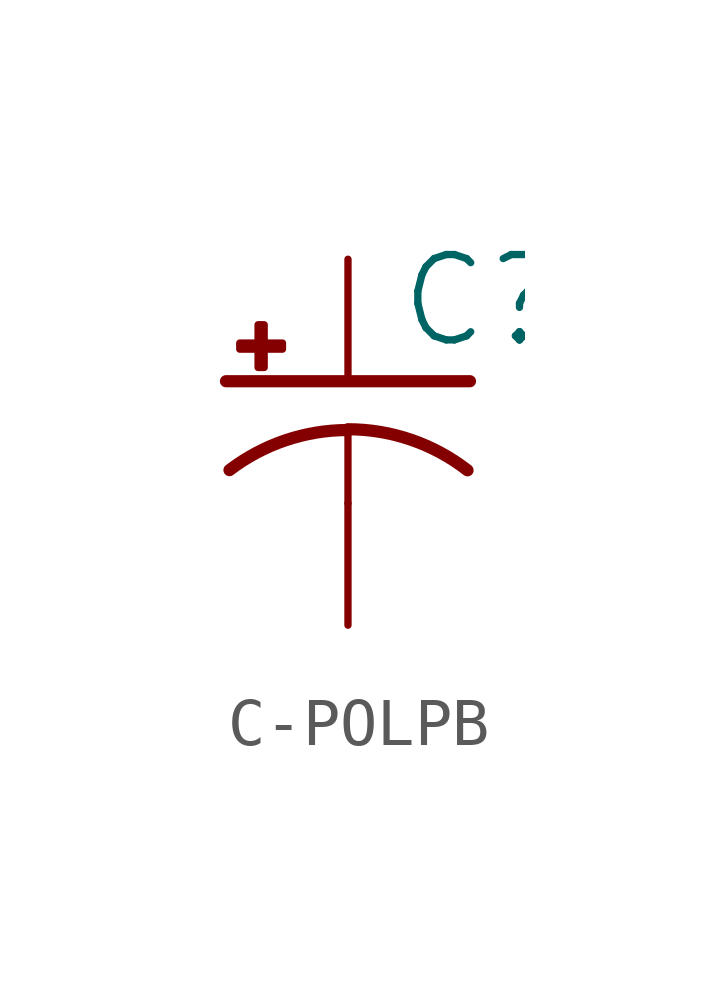
<source format=kicad_sym>
(kicad_symbol_lib
  (version 20231120)
  (generator "kicad_symbol_editor")
  (generator_version "8.0")
  (symbol "C-POLPB"
    (property "Reference" "C"
      (at 1.016 0.635 0)
      (effects (font (size 1.778 1.778)) (justify left bottom)))
    (property "Value" ""
      (at 1.016 -4.191 0)
      (effects (font (size 1.778 1.778)) (justify left bottom)))
    (property "ki_locked" ""
      (at 0 0 0)
      (effects (font (size 1.27 1.27))))
    (symbol "C-POLPB_1_0"
      (rectangle (start -2.253 0.668) (end -1.364 0.795) (stroke (width 0) (type default)) (fill (type outline)))
      (rectangle (start -1.872 0.287) (end -1.745 1.176) (stroke (width 0) (type default)) (fill (type outline)))
      (arc (start 0 -1.0161) (mid -1.3021 -1.2303) (end -2.4669 -1.8504) (stroke (width 0.254) (type solid)) (fill (type none)))
      (polyline (pts (xy -2.54 0) (xy 2.54 0)) (stroke (width 0.254) (type solid)) (fill (type none)))
      (polyline (pts (xy 0 -1.016) (xy 0 -2.54)) (stroke (width 0.152) (type solid)) (fill (type none)))
      (arc (start 2.4892 -1.8541) (mid 1.3158 -1.2194) (end 0 -1) (stroke (width 0.254) (type solid)) (fill (type none)))
      (pin passive line (at 0 2.54 270) (length 2.54) (name "+" (effects (font (size 0 0)))) (number "+" (effects (font (size 0 0)))))
      (pin passive line (at 0 -5.08 90) (length 2.54) (name "-" (effects (font (size 0 0)))) (number "-" (effects (font (size 0 0))))))))
</source>
